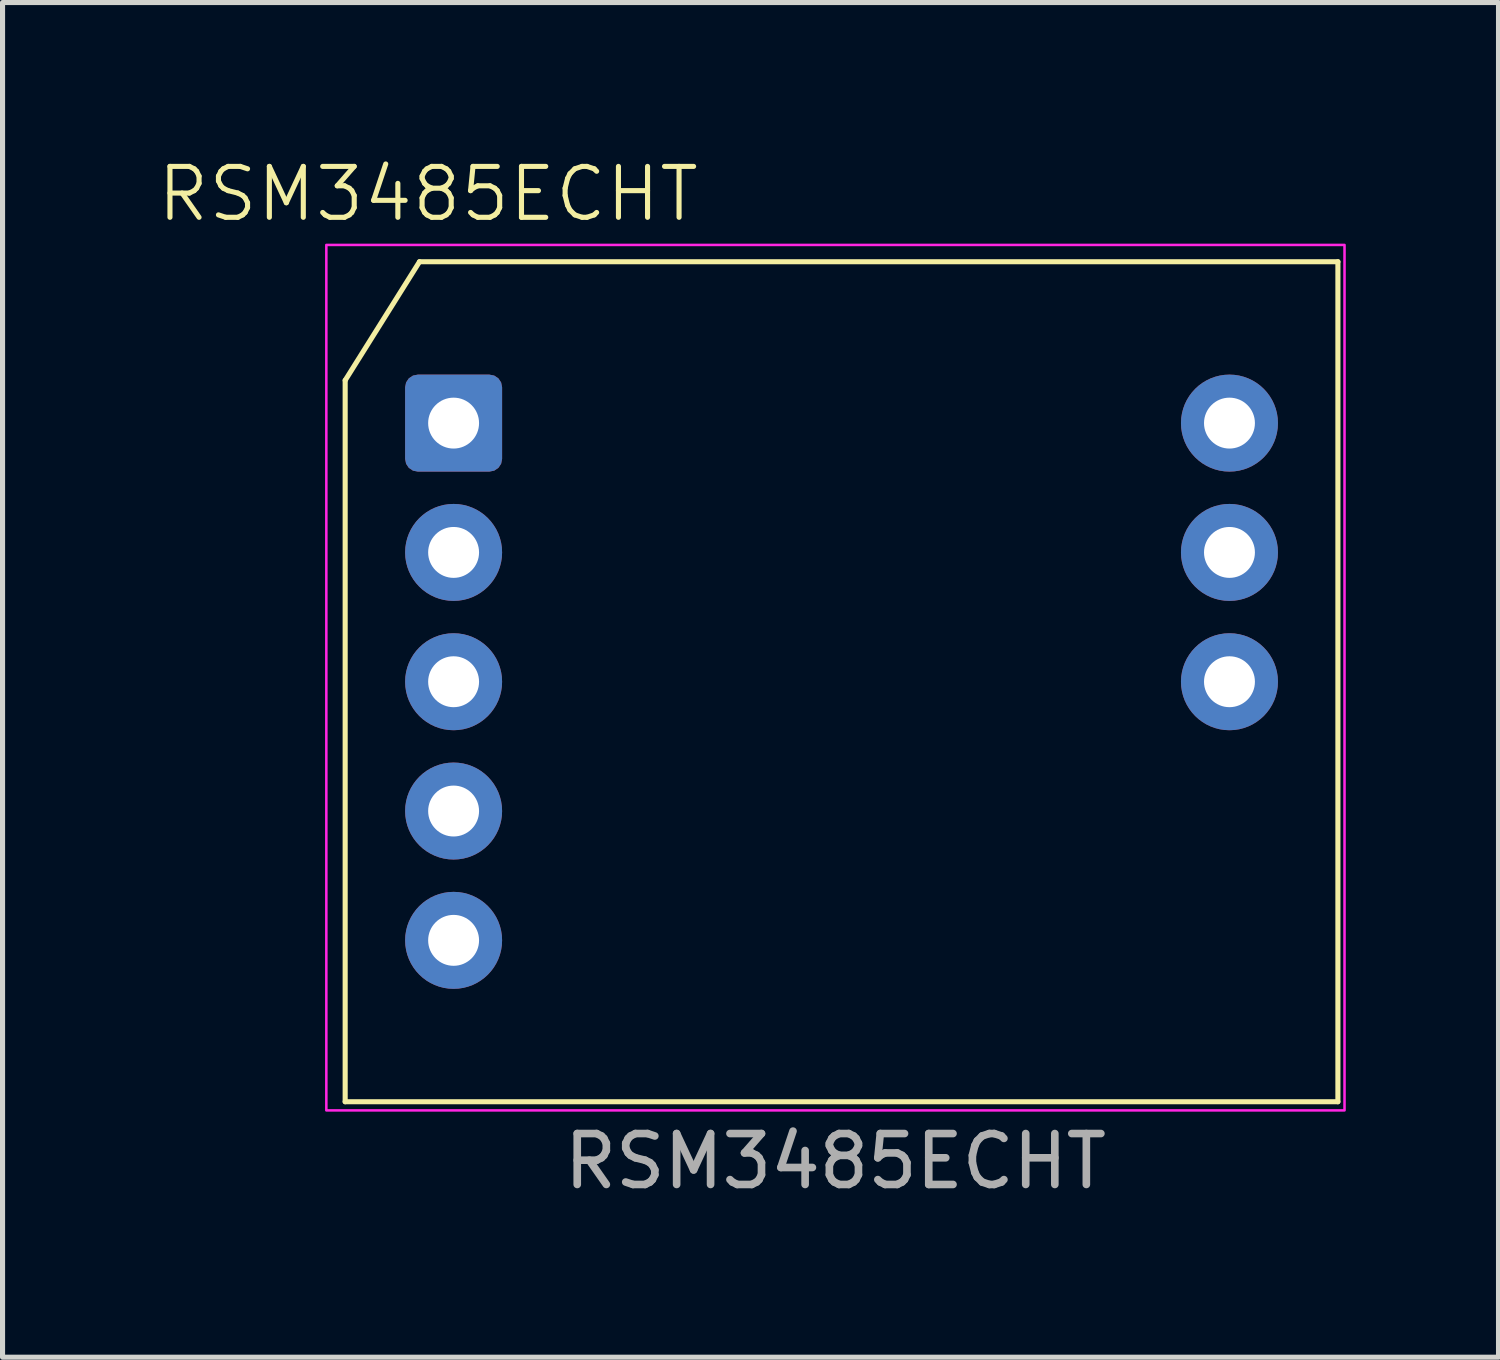
<source format=kicad_pcb>
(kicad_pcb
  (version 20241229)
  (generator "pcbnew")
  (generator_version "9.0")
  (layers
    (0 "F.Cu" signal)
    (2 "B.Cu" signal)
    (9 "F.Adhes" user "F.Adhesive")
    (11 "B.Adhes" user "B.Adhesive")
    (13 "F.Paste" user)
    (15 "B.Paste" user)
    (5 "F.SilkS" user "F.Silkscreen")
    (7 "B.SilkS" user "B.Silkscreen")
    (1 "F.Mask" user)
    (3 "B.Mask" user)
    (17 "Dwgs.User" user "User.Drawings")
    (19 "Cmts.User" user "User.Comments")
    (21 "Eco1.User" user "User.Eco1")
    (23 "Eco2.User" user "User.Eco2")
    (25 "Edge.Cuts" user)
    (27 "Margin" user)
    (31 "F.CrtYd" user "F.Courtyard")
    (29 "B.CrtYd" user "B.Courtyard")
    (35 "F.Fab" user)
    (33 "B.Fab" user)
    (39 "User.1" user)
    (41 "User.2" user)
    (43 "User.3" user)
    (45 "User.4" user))
  (footprint "RSM3485ECHT"
    (layer "F.Cu")
    (at 5.86 5.261)
    (property "Reference" "RSM3485ECHT" (at -0.5 -4.5 0) (unlocked yes) (layer "F.SilkS") (effects (font (size 1 1) (thickness 0.1))))
    (attr smd)
    (fp_line (start -2.13 -0.84) (end -0.67 -3.17) (stroke (width 0.1) (type default)) (layer "F.SilkS"))
    (fp_line (start -2.13 13.33) (end -2.13 -0.84) (stroke (width 0.1) (type solid)) (layer "F.SilkS"))
    (fp_line (start 17.37 -3.17) (end -0.67 -3.17) (stroke (width 0.1) (type solid)) (layer "F.SilkS"))
    (fp_line (start 17.37 13.33) (end -2.13 13.33) (stroke (width 0.1) (type solid)) (layer "F.SilkS"))
    (fp_line (start 17.37 13.33) (end 17.37 -3.17) (stroke (width 0.1) (type solid)) (layer "F.SilkS"))
    (fp_rect (start -2.5 -3.5) (end 17.5 13.5) (stroke (width 0.05) (type default)) (fill no) (layer "F.CrtYd"))
    (fp_text user "${REFERENCE}" (at 7.5 14.5 0) (unlocked yes) (layer "F.Fab") (effects (font (size 1 1) (thickness 0.15))))
    (pad "1" thru_hole roundrect (at 0 0) (size 1.905 1.905) (drill 1) (layers "*.Cu" "*.Mask") (roundrect_rratio 0.131))
    (pad "2" thru_hole circle (at 0 2.54) (size 1.905 1.905) (drill 1) (layers "*.Cu" "*.Mask"))
    (pad "3" thru_hole circle (at 0 5.08) (size 1.905 1.905) (drill 1) (layers "*.Cu" "*.Mask"))
    (pad "4" thru_hole circle (at 0 7.62) (size 1.905 1.905) (drill 1) (layers "*.Cu" "*.Mask"))
    (pad "5" thru_hole circle (at 0 10.16) (size 1.905 1.905) (drill 1) (layers "*.Cu" "*.Mask"))
    (pad "6" thru_hole circle (at 15.24 0) (size 1.905 1.905) (drill 1) (layers "*.Cu" "*.Mask"))
    (pad "7" thru_hole circle (at 15.24 2.54) (size 1.905 1.905) (drill 1) (layers "*.Cu" "*.Mask"))
    (pad "8" thru_hole circle (at 15.24 5.08) (size 1.905 1.905) (drill 1) (layers "*.Cu" "*.Mask")))
  (gr_rect
    (start -3 -3)
    (end 26.385 23.609)
    (stroke (width 0.1) (type default))
    (fill no)
    (layer "Edge.Cuts")))
</source>
